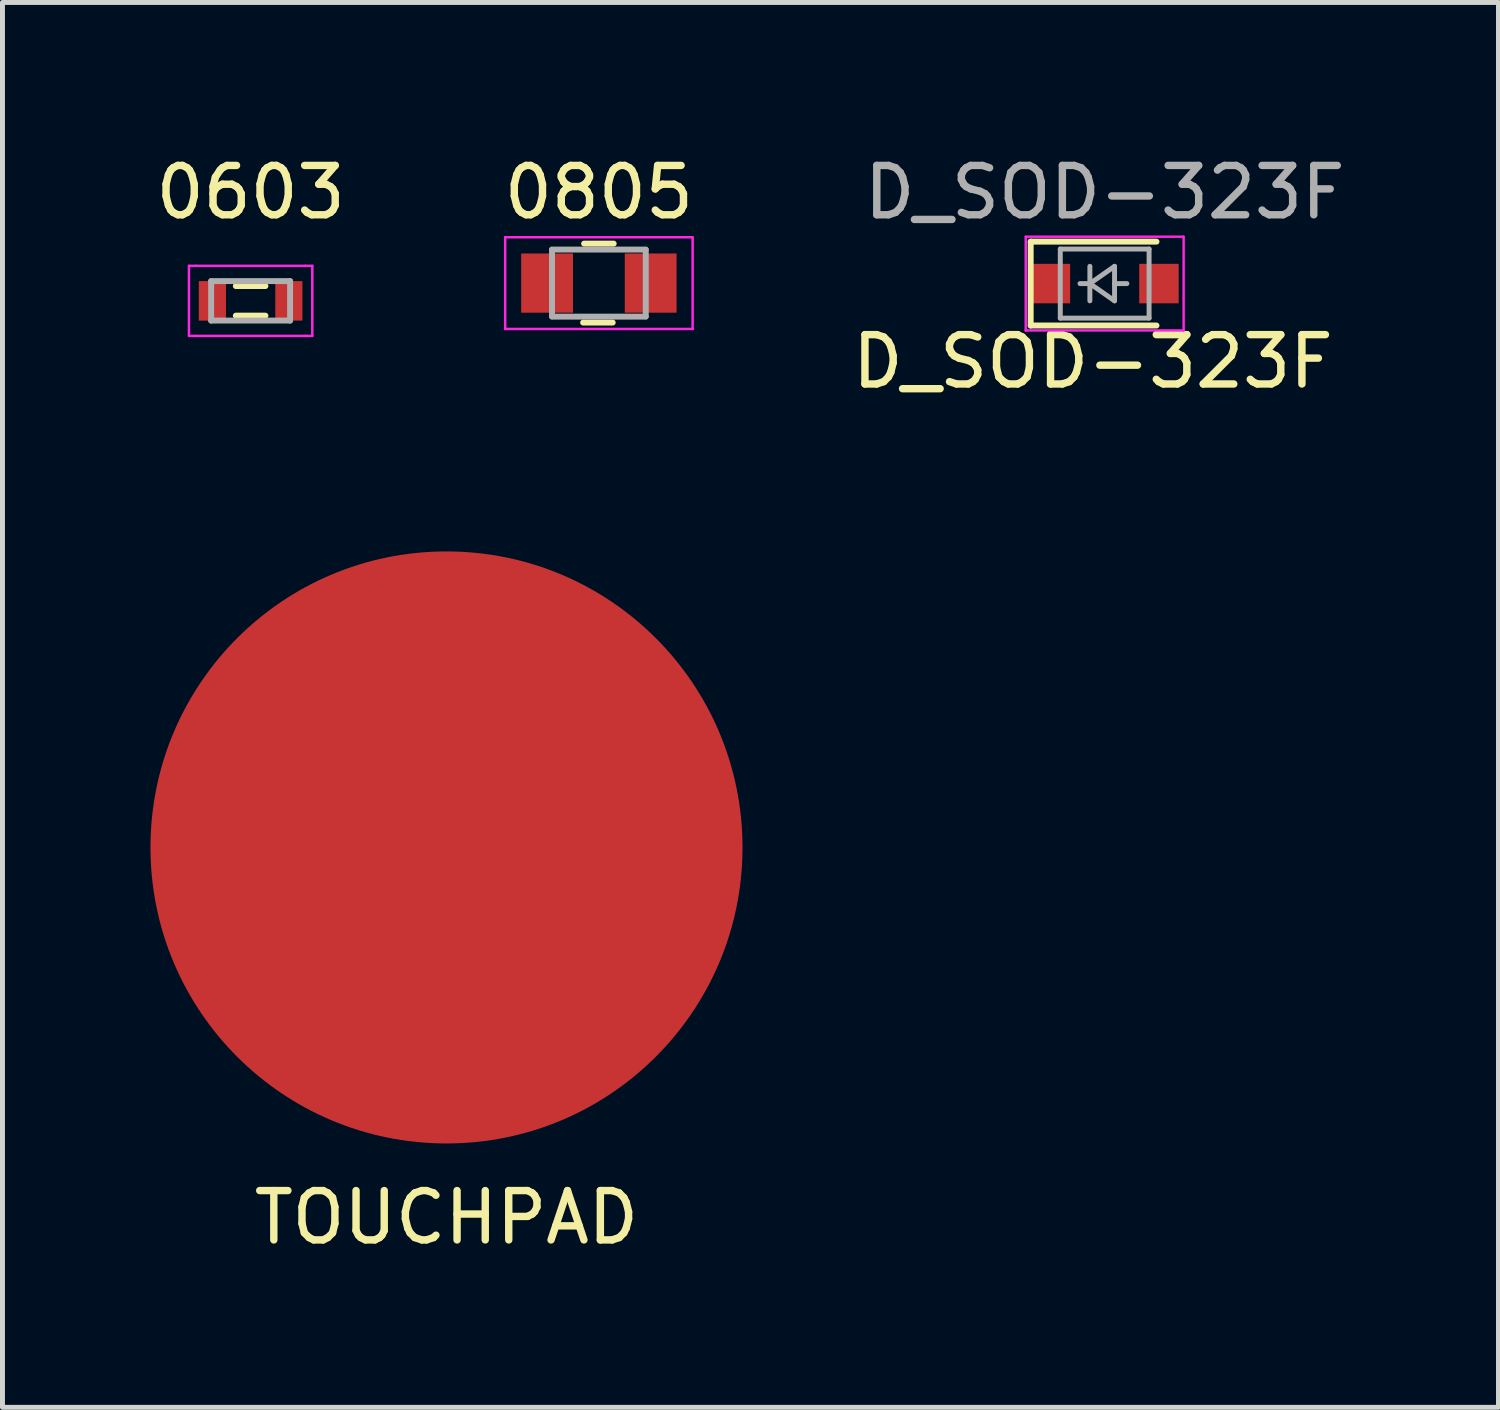
<source format=kicad_pcb>
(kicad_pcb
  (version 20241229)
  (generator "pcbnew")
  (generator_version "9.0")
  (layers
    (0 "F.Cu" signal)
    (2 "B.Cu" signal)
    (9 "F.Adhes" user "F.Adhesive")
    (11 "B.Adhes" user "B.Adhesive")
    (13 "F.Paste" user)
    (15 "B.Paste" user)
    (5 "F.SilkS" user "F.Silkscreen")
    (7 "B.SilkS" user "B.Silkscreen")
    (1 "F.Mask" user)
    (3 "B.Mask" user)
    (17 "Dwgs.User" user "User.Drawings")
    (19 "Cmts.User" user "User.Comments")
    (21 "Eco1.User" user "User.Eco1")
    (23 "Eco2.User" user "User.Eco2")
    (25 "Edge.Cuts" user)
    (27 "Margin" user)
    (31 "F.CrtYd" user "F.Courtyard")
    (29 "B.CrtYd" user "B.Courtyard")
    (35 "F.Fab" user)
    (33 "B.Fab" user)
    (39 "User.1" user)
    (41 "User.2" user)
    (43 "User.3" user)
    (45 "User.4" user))
  (footprint "0603"
    (layer "F.Cu")
    (at 2.03 3.048)
    (property "Reference" "0603" (at 0 -2.2 0) (layer "F.SilkS") (effects (font (size 1 1) (thickness 0.15))))
    (attr smd)
    (fp_line (start -0.3 -0.3) (end 0.3 -0.3) (stroke (width 0.12) (type solid)) (layer "F.SilkS"))
    (fp_line (start -0.3 0.3) (end 0.3 0.3) (stroke (width 0.12) (type solid)) (layer "F.SilkS"))
    (fp_line (start -1.25 0.71) (end -1.25 -0.71) (stroke (width 0.05) (type solid)) (layer "F.CrtYd"))
    (fp_line (start -1.11 -0.71) (end -1.25 -0.71) (stroke (width 0.05) (type solid)) (layer "F.CrtYd"))
    (fp_line (start -1.11 -0.71) (end 1.11 -0.71) (stroke (width 0.05) (type solid)) (layer "F.CrtYd"))
    (fp_line (start -1.11 0.71) (end -1.25 0.71) (stroke (width 0.05) (type solid)) (layer "F.CrtYd"))
    (fp_line (start 1.11 -0.71) (end 1.25 -0.71) (stroke (width 0.05) (type solid)) (layer "F.CrtYd"))
    (fp_line (start 1.11 0.71) (end -1.11 0.71) (stroke (width 0.05) (type solid)) (layer "F.CrtYd"))
    (fp_line (start 1.11 0.71) (end 1.25 0.71) (stroke (width 0.05) (type solid)) (layer "F.CrtYd"))
    (fp_line (start 1.25 -0.71) (end 1.25 0.71) (stroke (width 0.05) (type solid)) (layer "F.CrtYd"))
    (fp_line (start -0.8 -0.4) (end -0.8 0.4) (stroke (width 0.12) (type solid)) (layer "F.Fab"))
    (fp_line (start -0.8 0.4) (end 0.8 0.4) (stroke (width 0.12) (type solid)) (layer "F.Fab"))
    (fp_line (start 0.8 -0.4) (end -0.8 -0.4) (stroke (width 0.12) (type solid)) (layer "F.Fab"))
    (fp_line (start 0.8 0.4) (end 0.8 -0.4) (stroke (width 0.12) (type solid)) (layer "F.Fab"))
    (pad "1" smd rect (at -0.775 0) (size 0.55 0.8) (layers "F.Cu" "F.Mask" "F.Paste"))
    (pad "2" smd rect (at 0.775 0) (size 0.55 0.8) (layers "F.Cu" "F.Mask" "F.Paste")))
  (footprint "0805"
    (layer "F.Cu")
    (at 9.089 2.688)
    (property "Reference" "0805" (at 0 -1.84 0) (layer "F.SilkS") (effects (font (size 1 1) (thickness 0.15))))
    (attr smd)
    (fp_line (start -0.32 0.8) (end 0.28 0.8) (stroke (width 0.12) (type solid)) (layer "F.SilkS"))
    (fp_line (start -0.3 -0.8) (end 0.3 -0.8) (stroke (width 0.12) (type solid)) (layer "F.SilkS"))
    (fp_line (start -1.9 -0.93) (end 1.9 -0.93) (stroke (width 0.05) (type solid)) (layer "F.CrtYd"))
    (fp_line (start -1.9 0.93) (end -1.9 -0.93) (stroke (width 0.05) (type solid)) (layer "F.CrtYd"))
    (fp_line (start -1.9 0.93) (end 1.9 0.93) (stroke (width 0.05) (type solid)) (layer "F.CrtYd"))
    (fp_line (start 1.9 0.93) (end 1.9 -0.93) (stroke (width 0.05) (type solid)) (layer "F.CrtYd"))
    (fp_line (start -0.95 -0.68) (end 0.95 -0.68) (stroke (width 0.12) (type solid)) (layer "F.Fab"))
    (fp_line (start -0.95 -0.675) (end -0.95 0.675) (stroke (width 0.12) (type solid)) (layer "F.Fab"))
    (fp_line (start -0.95 0.68) (end 0.95 0.68) (stroke (width 0.12) (type solid)) (layer "F.Fab"))
    (fp_line (start 0.95 -0.675) (end 0.95 0.675) (stroke (width 0.12) (type solid)) (layer "F.Fab"))
    (pad "1" smd rect (at -1.05 0) (size 1.05 1.2) (layers "F.Cu" "F.Mask" "F.Paste"))
    (pad "2" smd rect (at 1.05 0) (size 1.05 1.2) (layers "F.Cu" "F.Mask" "F.Paste")))
  (footprint "TOUCHPAD"
    (layer "F.Cu")
    (at 6 14.127)
    (property "Reference" "TOUCHPAD" (at 0 7.5 0) (layer "F.SilkS") (effects (font (size 1 1) (thickness 0.15))))
    (attr through_hole)
    (pad "1" smd circle (at 0 0) (size 12 12) (layers "F.Cu" "F.Paste")))
  (footprint "D_SOD-323F"
    (layer "F.Cu")
    (at 19.341 2.698)
    (property "Reference" "D_SOD-323F" (at -0.24 1.58 180) (layer "F.SilkS") (effects (font (size 1 1) (thickness 0.15))))
    (attr smd)
    (fp_line (start -1.5 -0.85) (end -1.5 0.85) (stroke (width 0.12) (type solid)) (layer "F.SilkS"))
    (fp_line (start -1.5 -0.85) (end 1.05 -0.85) (stroke (width 0.12) (type solid)) (layer "F.SilkS"))
    (fp_line (start -1.5 0.85) (end 1.05 0.85) (stroke (width 0.12) (type solid)) (layer "F.SilkS"))
    (fp_line (start -1.6 -0.95) (end -1.6 0.95) (stroke (width 0.05) (type solid)) (layer "F.CrtYd"))
    (fp_line (start -1.6 -0.95) (end 1.6 -0.95) (stroke (width 0.05) (type solid)) (layer "F.CrtYd"))
    (fp_line (start -1.6 0.95) (end 1.6 0.95) (stroke (width 0.05) (type solid)) (layer "F.CrtYd"))
    (fp_line (start 1.6 -0.95) (end 1.6 0.95) (stroke (width 0.05) (type solid)) (layer "F.CrtYd"))
    (fp_line (start -0.9 -0.7) (end 0.9 -0.7) (stroke (width 0.1) (type solid)) (layer "F.Fab"))
    (fp_line (start -0.9 0.7) (end -0.9 -0.7) (stroke (width 0.1) (type solid)) (layer "F.Fab"))
    (fp_line (start -0.3 -0.35) (end -0.3 0.35) (stroke (width 0.1) (type solid)) (layer "F.Fab"))
    (fp_line (start -0.3 0) (end -0.5 0) (stroke (width 0.1) (type solid)) (layer "F.Fab"))
    (fp_line (start -0.3 0) (end 0.2 -0.35) (stroke (width 0.1) (type solid)) (layer "F.Fab"))
    (fp_line (start 0.2 -0.35) (end 0.2 0.35) (stroke (width 0.1) (type solid)) (layer "F.Fab"))
    (fp_line (start 0.2 0) (end 0.45 0) (stroke (width 0.1) (type solid)) (layer "F.Fab"))
    (fp_line (start 0.2 0.35) (end -0.3 0) (stroke (width 0.1) (type solid)) (layer "F.Fab"))
    (fp_line (start 0.9 -0.7) (end 0.9 0.7) (stroke (width 0.1) (type solid)) (layer "F.Fab"))
    (fp_line (start 0.9 0.7) (end -0.9 0.7) (stroke (width 0.1) (type solid)) (layer "F.Fab"))
    (fp_text user "${REFERENCE}" (at 0 -1.85 180) (layer "F.Fab") (effects (font (size 1 1) (thickness 0.15))))
    (pad "1" smd rect (at -1.1 0) (size 0.8 0.8) (layers "F.Cu" "F.Mask" "F.Paste"))
    (pad "2" smd rect (at 1.1 0) (size 0.8 0.8) (layers "F.Cu" "F.Mask" "F.Paste")))
  (gr_rect
    (start -3 -3)
    (end 27.323 25.475)
    (stroke (width 0.1) (type default))
    (fill no)
    (layer "Edge.Cuts")))
</source>
